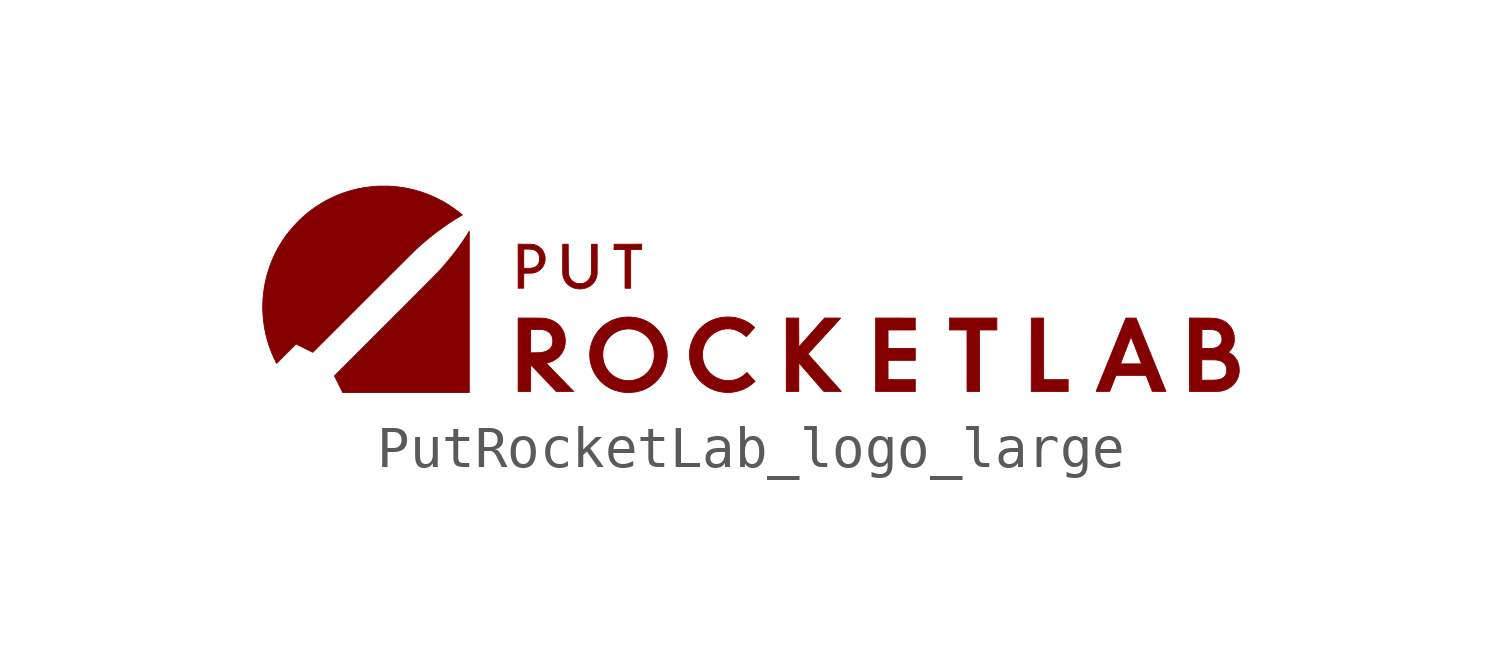
<source format=kicad_sym>
(kicad_symbol_lib
  (version 20211014)
  (generator kicad_symbol_editor)
  (symbol "PutRocketLab_logo_large"
    (pin_names
      (offset 1.016))
    (property "Reference" "G"
      (at 0 1.864 0)
      (effects (font (size 1.27 1.27)) hide))
    (symbol "PutRocketLab_logo_large_0_0"
      (polyline (pts (xy 7.679 -2.188) (xy 7.085 -2.188) (xy 7.085 -0.697) (xy 6.787 -0.698) (xy 6.785 -2.474) (xy 7.679 -2.474) (xy 7.679 -2.188)) (stroke (width 0.01) (type default) (color 0 0 0 0)) (fill (type outline)))
      (polyline (pts (xy 5.533 -0.986) (xy 5.952 -0.986) (xy 5.952 -0.697) (xy 4.809 -0.697) (xy 4.809 -0.986) (xy 5.231 -0.986) (xy 5.231 -2.474) (xy 5.533 -2.474) (xy 5.533 -0.986)) (stroke (width 0.01) (type default) (color 0 0 0 0)) (fill (type outline)))
      (polyline (pts (xy -2.912 0.963) (xy -2.646 0.963) (xy -2.646 1.091) (xy -2.98 1.09) (xy -3.313 1.09) (xy -3.314 1.026) (xy -3.315 0.963) (xy -3.048 0.963) (xy -3.048 0.025) (xy -2.912 0.025) (xy -2.912 0.963)) (stroke (width 0.01) (type default) (color 0 0 0 0)) (fill (type outline)))
      (polyline (pts (xy 3.978 -2.188) (xy 3.318 -2.188) (xy 3.318 -1.721) (xy 3.978 -1.721) (xy 3.978 -1.435) (xy 3.318 -1.435) (xy 3.318 -0.986) (xy 3.978 -0.986) (xy 3.977 -0.698) (xy 3.018 -0.697) (xy 3.018 -2.474) (xy 3.978 -2.474) (xy 3.978 -2.188)) (stroke (width 0.01) (type default) (color 0 0 0 0)) (fill (type outline)))
      (polyline (pts (xy -6.819 1.403) (xy -6.85 1.353) (xy -6.907 1.264) (xy -6.973 1.165) (xy -7.043 1.065) (xy -7.116 0.965) (xy -7.192 0.865) (xy -7.27 0.767) (xy -7.349 0.67) (xy -7.429 0.577) (xy -7.509 0.487) (xy -7.515 0.48) (xy -7.522 0.472) (xy -7.53 0.464) (xy -7.538 0.455) (xy -7.547 0.446) (xy -7.556 0.436) (xy -7.566 0.425) (xy -7.577 0.414) (xy -7.589 0.401) (xy -7.602 0.388) (xy -7.616 0.373) (xy -7.632 0.358) (xy -7.648 0.341) (xy -7.667 0.322) (xy -7.686 0.302) (xy -7.707 0.281) (xy -7.73 0.257) (xy -7.755 0.232) (xy -7.782 0.205) (xy -7.811 0.176) (xy -7.841 0.145) (xy -7.875 0.112) (xy -7.91 0.077) (xy -7.948 0.039) (xy -7.988 -0.002) (xy -8.031 -0.044) (xy -8.076 -0.09) (xy -8.124 -0.138) (xy -8.175 -0.189) (xy -8.229 -0.244) (xy -8.287 -0.301) (xy -8.477 -0.492) (xy -8.548 -0.562) (xy -8.622 -0.636) (xy -8.699 -0.714) (xy -8.78 -0.795) (xy -8.866 -0.88) (xy -10.083 -2.097) (xy -9.881 -2.501) (xy -6.819 -2.501) (xy -6.819 1.403)) (stroke (width 0.01) (type default) (color 0 0 0 0)) (fill (type outline)))
      (polyline (pts (xy -5.569 0.026) (xy -5.501 0.026) (xy -5.5 0.207) (xy -5.5 0.388) (xy -5.392 0.39) (xy -5.366 0.39) (xy -5.342 0.39) (xy -5.321 0.391) (xy -5.304 0.391) (xy -5.289 0.392) (xy -5.277 0.394) (xy -5.266 0.395) (xy -5.256 0.397) (xy -5.245 0.4) (xy -5.234 0.403) (xy -5.221 0.407) (xy -5.186 0.42) (xy -5.149 0.44) (xy -5.115 0.464) (xy -5.084 0.491) (xy -5.056 0.523) (xy -5.032 0.557) (xy -5.013 0.595) (xy -4.998 0.634) (xy -4.987 0.676) (xy -4.986 0.685) (xy -4.984 0.707) (xy -4.983 0.732) (xy -4.983 0.757) (xy -4.985 0.781) (xy -4.987 0.801) (xy -4.997 0.84) (xy -5.012 0.88) (xy -5.031 0.918) (xy -5.055 0.953) (xy -5.082 0.985) (xy -5.113 1.013) (xy -5.147 1.038) (xy -5.185 1.058) (xy -5.224 1.073) (xy -5.225 1.073) (xy -5.235 1.076) (xy -5.244 1.079) (xy -5.253 1.081) (xy -5.262 1.083) (xy -5.272 1.085) (xy -5.282 1.086) (xy -5.294 1.087) (xy -5.308 1.088) (xy -5.325 1.089) (xy -5.345 1.089) (xy -5.368 1.089) (xy -5.396 1.09) (xy -5.427 1.09) (xy -5.464 1.09) (xy -5.636 1.091) (xy -5.636 0.972) (xy -5.5 0.972) (xy -5.408 0.972) (xy -5.376 0.971) (xy -5.349 0.971) (xy -5.326 0.969) (xy -5.306 0.967) (xy -5.288 0.964) (xy -5.272 0.96) (xy -5.256 0.955) (xy -5.241 0.949) (xy -5.225 0.942) (xy -5.218 0.938) (xy -5.202 0.927) (xy -5.186 0.913) (xy -5.171 0.898) (xy -5.157 0.883) (xy -5.148 0.869) (xy -5.137 0.846) (xy -5.127 0.815) (xy -5.12 0.782) (xy -5.118 0.748) (xy -5.118 0.713) (xy -5.123 0.68) (xy -5.131 0.648) (xy -5.138 0.629) (xy -5.147 0.61) (xy -5.159 0.593) (xy -5.173 0.576) (xy -5.182 0.567) (xy -5.205 0.548) (xy -5.23 0.534) (xy -5.26 0.522) (xy -5.293 0.514) (xy -5.296 0.513) (xy -5.308 0.511) (xy -5.319 0.51) (xy -5.332 0.509) (xy -5.346 0.508) (xy -5.362 0.507) (xy -5.382 0.507) (xy -5.406 0.507) (xy -5.434 0.507) (xy -5.5 0.508) (xy -5.5 0.972) (xy -5.636 0.972) (xy -5.636 0.025) (xy -5.569 0.026)) (stroke (width 0.01) (type default) (color 0 0 0 0)) (fill (type outline)))
      (polyline (pts (xy 1.159 -1.78) (xy 1.764 -2.473) (xy 1.976 -2.473) (xy 2.076 -2.473) (xy 2.103 -2.473) (xy 2.127 -2.473) (xy 2.148 -2.473) (xy 2.165 -2.473) (xy 2.177 -2.473) (xy 2.185 -2.473) (xy 2.188 -2.472) (xy 2.188 -2.472) (xy 2.185 -2.469) (xy 2.179 -2.463) (xy 2.17 -2.452) (xy 2.157 -2.438) (xy 2.142 -2.421) (xy 2.123 -2.4) (xy 2.103 -2.377) (xy 2.079 -2.35) (xy 2.053 -2.321) (xy 2.025 -2.29) (xy 1.995 -2.257) (xy 1.963 -2.221) (xy 1.93 -2.184) (xy 1.895 -2.145) (xy 1.858 -2.104) (xy 1.821 -2.062) (xy 1.782 -2.02) (xy 1.778 -2.015) (xy 1.732 -1.964) (xy 1.69 -1.917) (xy 1.651 -1.873) (xy 1.615 -1.834) (xy 1.583 -1.798) (xy 1.554 -1.765) (xy 1.527 -1.735) (xy 1.503 -1.708) (xy 1.482 -1.684) (xy 1.463 -1.663) (xy 1.447 -1.645) (xy 1.433 -1.629) (xy 1.421 -1.615) (xy 1.41 -1.603) (xy 1.402 -1.593) (xy 1.395 -1.585) (xy 1.389 -1.578) (xy 1.385 -1.573) (xy 1.383 -1.569) (xy 1.381 -1.566) (xy 1.38 -1.565) (xy 1.38 -1.564) (xy 1.382 -1.562) (xy 1.387 -1.556) (xy 1.395 -1.547) (xy 1.407 -1.534) (xy 1.422 -1.518) (xy 1.439 -1.499) (xy 1.46 -1.477) (xy 1.483 -1.452) (xy 1.508 -1.424) (xy 1.536 -1.394) (xy 1.565 -1.361) (xy 1.597 -1.327) (xy 1.63 -1.291) (xy 1.665 -1.253) (xy 1.701 -1.214) (xy 1.738 -1.173) (xy 1.776 -1.132) (xy 1.806 -1.099) (xy 1.843 -1.059) (xy 1.88 -1.019) (xy 1.915 -0.981) (xy 1.948 -0.945) (xy 1.98 -0.91) (xy 2.01 -0.877) (xy 2.038 -0.847) (xy 2.064 -0.818) (xy 2.087 -0.793) (xy 2.108 -0.77) (xy 2.126 -0.75) (xy 2.141 -0.733) (xy 2.154 -0.72) (xy 2.163 -0.71) (xy 2.168 -0.703) (xy 2.17 -0.701) (xy 2.17 -0.701) (xy 2.17 -0.7) (xy 2.167 -0.699) (xy 2.163 -0.699) (xy 2.156 -0.698) (xy 2.147 -0.698) (xy 2.135 -0.698) (xy 2.119 -0.697) (xy 2.1 -0.697) (xy 2.076 -0.697) (xy 2.048 -0.697) (xy 2.015 -0.697) (xy 1.783 -0.697) (xy 1.471 -1.047) (xy 1.159 -1.397) (xy 1.158 -1.048) (xy 1.156 -0.698) (xy 0.855 -0.697) (xy 0.855 -2.474) (xy 1.158 -2.474) (xy 1.159 -1.78)) (stroke (width 0.01) (type default) (color 0 0 0 0)) (fill (type outline)))
      (polyline (pts (xy -5.332 -1.824) (xy -5.023 -2.149) (xy -4.714 -2.474) (xy -4.291 -2.474) (xy -4.317 -2.447) (xy -4.319 -2.445) (xy -4.339 -2.425) (xy -4.361 -2.403) (xy -4.385 -2.378) (xy -4.41 -2.352) (xy -4.438 -2.324) (xy -4.466 -2.295) (xy -4.496 -2.264) (xy -4.527 -2.233) (xy -4.558 -2.201) (xy -4.59 -2.168) (xy -4.621 -2.136) (xy -4.653 -2.103) (xy -4.684 -2.071) (xy -4.715 -2.04) (xy -4.745 -2.009) (xy -4.774 -1.979) (xy -4.801 -1.951) (xy -4.827 -1.924) (xy -4.851 -1.899) (xy -4.874 -1.876) (xy -4.894 -1.855) (xy -4.912 -1.837) (xy -4.926 -1.821) (xy -4.939 -1.808) (xy -4.947 -1.799) (xy -4.953 -1.794) (xy -4.955 -1.791) (xy -4.954 -1.791) (xy -4.948 -1.789) (xy -4.939 -1.786) (xy -4.926 -1.783) (xy -4.912 -1.779) (xy -4.865 -1.765) (xy -4.812 -1.745) (xy -4.763 -1.72) (xy -4.718 -1.691) (xy -4.676 -1.659) (xy -4.638 -1.622) (xy -4.604 -1.582) (xy -4.574 -1.538) (xy -4.548 -1.491) (xy -4.54 -1.474) (xy -4.526 -1.441) (xy -4.516 -1.408) (xy -4.507 -1.373) (xy -4.504 -1.357) (xy -4.497 -1.304) (xy -4.495 -1.251) (xy -4.497 -1.198) (xy -4.504 -1.146) (xy -4.516 -1.095) (xy -4.531 -1.046) (xy -4.551 -1.001) (xy -4.572 -0.962) (xy -4.602 -0.919) (xy -4.636 -0.879) (xy -4.674 -0.842) (xy -4.716 -0.81) (xy -4.761 -0.781) (xy -4.81 -0.757) (xy -4.863 -0.736) (xy -4.919 -0.72) (xy -4.978 -0.708) (xy -4.988 -0.706) (xy -5 -0.705) (xy -5.013 -0.703) (xy -5.028 -0.702) (xy -5.044 -0.701) (xy -5.062 -0.7) (xy -5.083 -0.699) (xy -5.106 -0.699) (xy -5.133 -0.698) (xy -5.163 -0.698) (xy -5.197 -0.697) (xy -5.235 -0.697) (xy -5.277 -0.697) (xy -5.324 -0.697) (xy -5.377 -0.697) (xy -5.636 -0.697) (xy -5.636 -1.539) (xy -5.333 -1.539) (xy -5.333 -0.975) (xy -5.179 -0.975) (xy -5.149 -0.975) (xy -5.123 -0.975) (xy -5.102 -0.975) (xy -5.085 -0.976) (xy -5.07 -0.976) (xy -5.058 -0.977) (xy -5.049 -0.978) (xy -5.04 -0.979) (xy -5.028 -0.981) (xy -4.988 -0.99) (xy -4.952 -1.003) (xy -4.92 -1.02) (xy -4.891 -1.04) (xy -4.864 -1.065) (xy -4.851 -1.08) (xy -4.832 -1.109) (xy -4.817 -1.14) (xy -4.806 -1.175) (xy -4.8 -1.213) (xy -4.797 -1.254) (xy -4.799 -1.29) (xy -4.804 -1.325) (xy -4.812 -1.357) (xy -4.825 -1.386) (xy -4.841 -1.412) (xy -4.862 -1.437) (xy -4.879 -1.453) (xy -4.904 -1.472) (xy -4.933 -1.489) (xy -4.965 -1.503) (xy -5.002 -1.515) (xy -5.043 -1.525) (xy -5.089 -1.533) (xy -5.09 -1.533) (xy -5.099 -1.534) (xy -5.112 -1.534) (xy -5.129 -1.535) (xy -5.149 -1.536) (xy -5.172 -1.536) (xy -5.196 -1.537) (xy -5.221 -1.537) (xy -5.333 -1.539) (xy -5.636 -1.539) (xy -5.636 -2.474) (xy -5.333 -2.474) (xy -5.332 -1.824)) (stroke (width 0.01) (type default) (color 0 0 0 0)) (fill (type outline)))
      (polyline (pts (xy -4.112 0.009) (xy -4.088 0.011) (xy -4.058 0.016) (xy -4.011 0.027) (xy -3.966 0.042) (xy -3.925 0.062) (xy -3.887 0.086) (xy -3.852 0.113) (xy -3.821 0.145) (xy -3.793 0.179) (xy -3.77 0.217) (xy -3.751 0.258) (xy -3.737 0.302) (xy -3.727 0.348) (xy -3.727 0.351) (xy -3.726 0.356) (xy -3.726 0.362) (xy -3.725 0.37) (xy -3.725 0.38) (xy -3.724 0.391) (xy -3.724 0.405) (xy -3.724 0.422) (xy -3.724 0.441) (xy -3.724 0.463) (xy -3.723 0.489) (xy -3.723 0.519) (xy -3.723 0.552) (xy -3.723 0.591) (xy -3.723 0.633) (xy -3.723 1.091) (xy -3.79 1.09) (xy -3.858 1.09) (xy -3.859 0.739) (xy -3.859 0.732) (xy -3.859 0.681) (xy -3.86 0.636) (xy -3.86 0.595) (xy -3.86 0.559) (xy -3.86 0.527) (xy -3.86 0.5) (xy -3.861 0.475) (xy -3.861 0.455) (xy -3.861 0.437) (xy -3.861 0.422) (xy -3.862 0.41) (xy -3.862 0.4) (xy -3.862 0.391) (xy -3.863 0.384) (xy -3.864 0.379) (xy -3.864 0.374) (xy -3.865 0.37) (xy -3.866 0.366) (xy -3.866 0.362) (xy -3.872 0.341) (xy -3.886 0.301) (xy -3.904 0.266) (xy -3.925 0.234) (xy -3.95 0.206) (xy -3.978 0.183) (xy -4.009 0.165) (xy -4.043 0.15) (xy -4.081 0.14) (xy -4.091 0.139) (xy -4.113 0.137) (xy -4.137 0.136) (xy -4.162 0.137) (xy -4.185 0.138) (xy -4.205 0.141) (xy -4.222 0.145) (xy -4.258 0.158) (xy -4.29 0.175) (xy -4.32 0.196) (xy -4.346 0.222) (xy -4.369 0.252) (xy -4.378 0.266) (xy -4.389 0.288) (xy -4.399 0.311) (xy -4.408 0.337) (xy -4.416 0.368) (xy -4.417 0.369) (xy -4.417 0.373) (xy -4.418 0.377) (xy -4.418 0.383) (xy -4.419 0.389) (xy -4.419 0.398) (xy -4.42 0.408) (xy -4.42 0.421) (xy -4.42 0.436) (xy -4.421 0.454) (xy -4.421 0.476) (xy -4.421 0.5) (xy -4.421 0.529) (xy -4.422 0.561) (xy -4.422 0.599) (xy -4.422 0.64) (xy -4.422 0.687) (xy -4.423 0.739) (xy -4.424 1.09) (xy -4.557 1.09) (xy -4.558 0.755) (xy -4.558 0.716) (xy -4.558 0.665) (xy -4.558 0.542) (xy -4.558 0.509) (xy -4.558 0.481) (xy -4.558 0.455) (xy -4.557 0.433) (xy -4.557 0.414) (xy -4.556 0.397) (xy -4.555 0.383) (xy -4.555 0.37) (xy -4.554 0.359) (xy -4.553 0.35) (xy -4.551 0.341) (xy -4.55 0.333) (xy -4.549 0.326) (xy -4.545 0.308) (xy -4.531 0.264) (xy -4.511 0.221) (xy -4.488 0.18) (xy -4.48 0.17) (xy -4.467 0.154) (xy -4.451 0.137) (xy -4.434 0.12) (xy -4.417 0.104) (xy -4.401 0.091) (xy -4.386 0.08) (xy -4.345 0.056) (xy -4.301 0.036) (xy -4.255 0.022) (xy -4.206 0.013) (xy -4.192 0.011) (xy -4.166 0.009) (xy -4.139 0.009) (xy -4.112 0.009)) (stroke (width 0.01) (type default) (color 0 0 0 0)) (fill (type outline)))
      (polyline (pts (xy -11.247 -1.559) (xy -11.012 -1.325) (xy -10.81 -1.426) (xy -10.607 -1.527) (xy -9.38 -0.3) (xy -9.316 -0.237) (xy -9.247 -0.168) (xy -9.179 -0.1) (xy -9.046 0.033) (xy -8.982 0.097) (xy -8.919 0.16) (xy -8.857 0.222) (xy -8.797 0.282) (xy -8.738 0.34) (xy -8.682 0.397) (xy -8.627 0.451) (xy -8.575 0.503) (xy -8.524 0.554) (xy -8.476 0.602) (xy -8.43 0.648) (xy -8.386 0.691) (xy -8.346 0.731) (xy -8.308 0.769) (xy -8.272 0.804) (xy -8.24 0.837) (xy -8.211 0.866) (xy -8.184 0.891) (xy -8.162 0.914) (xy -8.142 0.933) (xy -8.126 0.949) (xy -8.114 0.962) (xy -8.105 0.97) (xy -8.1 0.975) (xy -7.987 1.077) (xy -7.853 1.192) (xy -7.717 1.302) (xy -7.581 1.407) (xy -7.444 1.507) (xy -7.305 1.602) (xy -7.165 1.692) (xy -7.023 1.778) (xy -6.987 1.798) (xy -7.005 1.813) (xy -7.019 1.825) (xy -7.039 1.842) (xy -7.062 1.86) (xy -7.088 1.88) (xy -7.114 1.9) (xy -7.141 1.92) (xy -7.208 1.969) (xy -7.313 2.039) (xy -7.421 2.105) (xy -7.532 2.166) (xy -7.645 2.222) (xy -7.76 2.273) (xy -7.878 2.319) (xy -7.997 2.36) (xy -8.117 2.396) (xy -8.24 2.426) (xy -8.364 2.452) (xy -8.489 2.471) (xy -8.615 2.486) (xy -8.62 2.486) (xy -8.648 2.489) (xy -8.674 2.491) (xy -8.697 2.493) (xy -8.72 2.494) (xy -8.743 2.495) (xy -8.766 2.496) (xy -8.792 2.497) (xy -8.82 2.497) (xy -8.852 2.497) (xy -8.888 2.497) (xy -8.891 2.497) (xy -8.928 2.497) (xy -8.96 2.497) (xy -8.989 2.497) (xy -9.014 2.496) (xy -9.038 2.495) (xy -9.062 2.494) (xy -9.085 2.493) (xy -9.109 2.491) (xy -9.135 2.489) (xy -9.164 2.486) (xy -9.236 2.478) (xy -9.362 2.461) (xy -9.487 2.438) (xy -9.61 2.409) (xy -9.732 2.376) (xy -9.852 2.337) (xy -9.97 2.293) (xy -10.087 2.244) (xy -10.201 2.19) (xy -10.313 2.131) (xy -10.422 2.067) (xy -10.529 1.998) (xy -10.633 1.924) (xy -10.641 1.919) (xy -10.74 1.842) (xy -10.835 1.76) (xy -10.927 1.675) (xy -11.015 1.585) (xy -11.1 1.492) (xy -11.181 1.396) (xy -11.257 1.296) (xy -11.329 1.193) (xy -11.396 1.087) (xy -11.459 0.979) (xy -11.465 0.968) (xy -11.523 0.856) (xy -11.575 0.742) (xy -11.623 0.625) (xy -11.665 0.507) (xy -11.703 0.388) (xy -11.735 0.268) (xy -11.762 0.146) (xy -11.784 0.023) (xy -11.8 -0.101) (xy -11.812 -0.225) (xy -11.818 -0.349) (xy -11.819 -0.474) (xy -11.814 -0.598) (xy -11.804 -0.723) (xy -11.789 -0.847) (xy -11.769 -0.971) (xy -11.743 -1.094) (xy -11.712 -1.216) (xy -11.675 -1.337) (xy -11.667 -1.361) (xy -11.637 -1.446) (xy -11.604 -1.532) (xy -11.569 -1.614) (xy -11.533 -1.694) (xy -11.495 -1.77) (xy -11.482 -1.794) (xy -11.247 -1.559)) (stroke (width 0.01) (type default) (color 0 0 0 0)) (fill (type outline)))
      (polyline (pts (xy 8.486 -2.473) (xy 8.52 -2.473) (xy 8.685 -2.472) (xy 8.836 -2.084) (xy 9.565 -2.084) (xy 9.716 -2.472) (xy 9.881 -2.473) (xy 9.902 -2.473) (xy 9.934 -2.473) (xy 9.999 -2.473) (xy 10.013 -2.473) (xy 10.024 -2.473) (xy 10.032 -2.472) (xy 10.038 -2.472) (xy 10.041 -2.471) (xy 10.043 -2.471) (xy 10.044 -2.47) (xy 10.044 -2.469) (xy 10.043 -2.468) (xy 10.041 -2.462) (xy 10.037 -2.452) (xy 10.031 -2.437) (xy 10.023 -2.417) (xy 10.013 -2.394) (xy 10.002 -2.366) (xy 9.989 -2.334) (xy 9.975 -2.298) (xy 9.959 -2.259) (xy 9.941 -2.217) (xy 9.923 -2.171) (xy 9.903 -2.122) (xy 9.882 -2.071) (xy 9.86 -2.017) (xy 9.837 -1.96) (xy 9.813 -1.902) (xy 9.789 -1.841) (xy 9.763 -1.778) (xy 9.737 -1.714) (xy 9.71 -1.648) (xy 9.683 -1.581) (xy 9.323 -0.698) (xy 9.201 -0.698) (xy 9.188 -0.697) (xy 9.161 -0.697) (xy 9.139 -0.697) (xy 9.121 -0.697) (xy 9.107 -0.697) (xy 9.096 -0.698) (xy 9.089 -0.698) (xy 9.083 -0.698) (xy 9.08 -0.699) (xy 9.078 -0.7) (xy 9.076 -0.701) (xy 9.075 -0.703) (xy 9.075 -0.703) (xy 9.074 -0.706) (xy 9.07 -0.715) (xy 9.065 -0.728) (xy 9.058 -0.745) (xy 9.049 -0.767) (xy 9.038 -0.793) (xy 9.026 -0.822) (xy 9.013 -0.855) (xy 8.998 -0.892) (xy 8.982 -0.931) (xy 8.965 -0.973) (xy 8.947 -1.018) (xy 8.927 -1.065) (xy 8.907 -1.115) (xy 8.886 -1.166) (xy 8.865 -1.219) (xy 8.843 -1.273) (xy 8.82 -1.329) (xy 8.797 -1.386) (xy 8.774 -1.443) (xy 8.75 -1.501) (xy 8.726 -1.56) (xy 8.703 -1.618) (xy 8.679 -1.677) (xy 8.655 -1.734) (xy 8.632 -1.792) (xy 8.627 -1.803) (xy 8.946 -1.803) (xy 8.946 -1.802) (xy 8.948 -1.798) (xy 8.954 -1.782) (xy 8.961 -1.763) (xy 8.97 -1.74) (xy 8.98 -1.715) (xy 8.99 -1.687) (xy 9.002 -1.657) (xy 9.014 -1.625) (xy 9.028 -1.591) (xy 9.041 -1.556) (xy 9.055 -1.52) (xy 9.069 -1.484) (xy 9.083 -1.448) (xy 9.097 -1.413) (xy 9.11 -1.378) (xy 9.123 -1.344) (xy 9.136 -1.312) (xy 9.148 -1.282) (xy 9.159 -1.253) (xy 9.169 -1.228) (xy 9.178 -1.205) (xy 9.186 -1.186) (xy 9.192 -1.17) (xy 9.197 -1.158) (xy 9.2 -1.151) (xy 9.201 -1.149) (xy 9.201 -1.149) (xy 9.203 -1.154) (xy 9.207 -1.164) (xy 9.212 -1.177) (xy 9.219 -1.195) (xy 9.227 -1.216) (xy 9.237 -1.24) (xy 9.247 -1.267) (xy 9.259 -1.297) (xy 9.271 -1.328) (xy 9.284 -1.361) (xy 9.297 -1.395) (xy 9.311 -1.43) (xy 9.324 -1.466) (xy 9.338 -1.502) (xy 9.352 -1.537) (xy 9.366 -1.572) (xy 9.379 -1.606) (xy 9.391 -1.638) (xy 9.403 -1.669) (xy 9.414 -1.697) (xy 9.424 -1.723) (xy 9.433 -1.746) (xy 9.441 -1.766) (xy 9.447 -1.782) (xy 9.452 -1.795) (xy 9.455 -1.802) (xy 9.455 -1.803) (xy 9.454 -1.804) (xy 9.453 -1.804) (xy 9.45 -1.805) (xy 9.446 -1.806) (xy 9.44 -1.806) (xy 9.432 -1.806) (xy 9.421 -1.807) (xy 9.407 -1.807) (xy 9.39 -1.807) (xy 9.369 -1.807) (xy 9.345 -1.807) (xy 9.316 -1.807) (xy 9.093 -1.807) (xy 9.063 -1.807) (xy 9.038 -1.807) (xy 9.016 -1.807) (xy 8.998 -1.807) (xy 8.983 -1.807) (xy 8.972 -1.806) (xy 8.963 -1.806) (xy 8.956 -1.806) (xy 8.951 -1.805) (xy 8.948 -1.805) (xy 8.947 -1.804) (xy 8.946 -1.803) (xy 8.627 -1.803) (xy 8.609 -1.849) (xy 8.586 -1.904) (xy 8.564 -1.958) (xy 8.543 -2.011) (xy 8.522 -2.062) (xy 8.502 -2.111) (xy 8.483 -2.158) (xy 8.465 -2.203) (xy 8.448 -2.245) (xy 8.432 -2.284) (xy 8.418 -2.32) (xy 8.404 -2.352) (xy 8.393 -2.381) (xy 8.382 -2.407) (xy 8.374 -2.428) (xy 8.367 -2.445) (xy 8.362 -2.458) (xy 8.358 -2.466) (xy 8.357 -2.469) (xy 8.357 -2.469) (xy 8.357 -2.47) (xy 8.359 -2.471) (xy 8.362 -2.472) (xy 8.367 -2.472) (xy 8.373 -2.473) (xy 8.383 -2.473) (xy 8.396 -2.473) (xy 8.412 -2.473) (xy 8.457 -2.473) (xy 8.486 -2.473)) (stroke (width 0.01) (type default) (color 0 0 0 0)) (fill (type outline)))
      (polyline (pts (xy -2.924 -2.499) (xy -2.885 -2.497) (xy -2.847 -2.493) (xy -2.81 -2.489) (xy -2.776 -2.483) (xy -2.761 -2.48) (xy -2.692 -2.464) (xy -2.625 -2.442) (xy -2.561 -2.416) (xy -2.499 -2.385) (xy -2.44 -2.349) (xy -2.385 -2.31) (xy -2.332 -2.266) (xy -2.283 -2.218) (xy -2.237 -2.167) (xy -2.195 -2.112) (xy -2.157 -2.054) (xy -2.123 -1.992) (xy -2.094 -1.927) (xy -2.07 -1.86) (xy -2.058 -1.819) (xy -2.042 -1.751) (xy -2.032 -1.682) (xy -2.027 -1.613) (xy -2.028 -1.543) (xy -2.034 -1.473) (xy -2.046 -1.403) (xy -2.063 -1.333) (xy -2.078 -1.287) (xy -2.1 -1.231) (xy -2.127 -1.176) (xy -2.156 -1.121) (xy -2.19 -1.069) (xy -2.225 -1.019) (xy -2.226 -1.018) (xy -2.24 -1.001) (xy -2.257 -0.982) (xy -2.277 -0.961) (xy -2.298 -0.939) (xy -2.319 -0.918) (xy -2.34 -0.899) (xy -2.36 -0.882) (xy -2.377 -0.868) (xy -2.427 -0.831) (xy -2.486 -0.794) (xy -2.548 -0.762) (xy -2.611 -0.735) (xy -2.677 -0.713) (xy -2.746 -0.695) (xy -2.817 -0.683) (xy -2.892 -0.675) (xy -2.944 -0.672) (xy -3.013 -0.673) (xy -3.081 -0.679) (xy -3.15 -0.689) (xy -3.216 -0.703) (xy -3.28 -0.722) (xy -3.342 -0.744) (xy -3.385 -0.764) (xy -3.432 -0.789) (xy -3.479 -0.817) (xy -3.524 -0.846) (xy -3.565 -0.877) (xy -3.581 -0.891) (xy -3.601 -0.909) (xy -3.622 -0.929) (xy -3.643 -0.95) (xy -3.663 -0.971) (xy -3.681 -0.991) (xy -3.696 -1.008) (xy -3.697 -1.009) (xy -3.74 -1.068) (xy -3.779 -1.129) (xy -3.812 -1.192) (xy -3.841 -1.257) (xy -3.864 -1.325) (xy -3.882 -1.395) (xy -3.889 -1.428) (xy -3.899 -1.496) (xy -3.903 -1.565) (xy -3.903 -1.601) (xy -3.587 -1.601) (xy -3.586 -1.574) (xy -3.585 -1.546) (xy -3.584 -1.52) (xy -3.582 -1.496) (xy -3.579 -1.476) (xy -3.573 -1.444) (xy -3.558 -1.387) (xy -3.538 -1.333) (xy -3.513 -1.282) (xy -3.484 -1.234) (xy -3.45 -1.188) (xy -3.411 -1.145) (xy -3.395 -1.13) (xy -3.352 -1.093) (xy -3.306 -1.061) (xy -3.257 -1.032) (xy -3.206 -1.008) (xy -3.154 -0.989) (xy -3.101 -0.975) (xy -3.061 -0.968) (xy -3.002 -0.961) (xy -2.943 -0.96) (xy -2.885 -0.965) (xy -2.828 -0.975) (xy -2.771 -0.99) (xy -2.716 -1.011) (xy -2.663 -1.037) (xy -2.611 -1.068) (xy -2.584 -1.087) (xy -2.54 -1.123) (xy -2.499 -1.163) (xy -2.463 -1.207) (xy -2.431 -1.255) (xy -2.403 -1.306) (xy -2.402 -1.308) (xy -2.387 -1.341) (xy -2.374 -1.373) (xy -2.364 -1.405) (xy -2.356 -1.438) (xy -2.348 -1.476) (xy -2.347 -1.483) (xy -2.345 -1.504) (xy -2.343 -1.529) (xy -2.341 -1.556) (xy -2.341 -1.583) (xy -2.341 -1.61) (xy -2.341 -1.634) (xy -2.343 -1.655) (xy -2.35 -1.708) (xy -2.364 -1.764) (xy -2.382 -1.819) (xy -2.405 -1.871) (xy -2.432 -1.921) (xy -2.464 -1.967) (xy -2.501 -2.011) (xy -2.541 -2.05) (xy -2.586 -2.087) (xy -2.634 -2.119) (xy -2.686 -2.148) (xy -2.734 -2.169) (xy -2.785 -2.187) (xy -2.838 -2.2) (xy -2.892 -2.208) (xy -2.895 -2.209) (xy -2.911 -2.21) (xy -2.929 -2.211) (xy -2.949 -2.212) (xy -2.97 -2.212) (xy -2.988 -2.212) (xy -3.005 -2.212) (xy -3.016 -2.211) (xy -3.047 -2.207) (xy -3.094 -2.199) (xy -3.137 -2.188) (xy -3.178 -2.175) (xy -3.217 -2.159) (xy -3.257 -2.14) (xy -3.287 -2.123) (xy -3.336 -2.091) (xy -3.381 -2.055) (xy -3.422 -2.016) (xy -3.459 -1.973) (xy -3.491 -1.926) (xy -3.52 -1.877) (xy -3.543 -1.825) (xy -3.562 -1.771) (xy -3.576 -1.714) (xy -3.584 -1.655) (xy -3.585 -1.649) (xy -3.586 -1.627) (xy -3.587 -1.601) (xy -3.903 -1.601) (xy -3.902 -1.633) (xy -3.896 -1.702) (xy -3.884 -1.769) (xy -3.868 -1.836) (xy -3.846 -1.902) (xy -3.819 -1.966) (xy -3.787 -2.029) (xy -3.75 -2.089) (xy -3.733 -2.115) (xy -3.689 -2.171) (xy -3.643 -2.224) (xy -3.592 -2.272) (xy -3.538 -2.316) (xy -3.482 -2.355) (xy -3.422 -2.39) (xy -3.359 -2.42) (xy -3.294 -2.446) (xy -3.226 -2.466) (xy -3.156 -2.482) (xy -3.083 -2.494) (xy -3.008 -2.5) (xy -2.994 -2.5) (xy -2.961 -2.5) (xy -2.924 -2.499)) (stroke (width 0.01) (type default) (color 0 0 0 0)) (fill (type outline)))
      (polyline (pts (xy -0.529 -2.498) (xy -0.51 -2.497) (xy -0.493 -2.497) (xy -0.48 -2.496) (xy -0.414 -2.487) (xy -0.346 -2.474) (xy -0.279 -2.455) (xy -0.213 -2.432) (xy -0.149 -2.404) (xy -0.088 -2.371) (xy -0.03 -2.335) (xy 0.025 -2.295) (xy 0.076 -2.251) (xy 0.098 -2.231) (xy 0.001 -2.123) (xy -0.006 -2.115) (xy -0.024 -2.095) (xy -0.041 -2.076) (xy -0.056 -2.059) (xy -0.07 -2.045) (xy -0.081 -2.033) (xy -0.089 -2.024) (xy -0.095 -2.018) (xy -0.097 -2.016) (xy -0.098 -2.017) (xy -0.103 -2.021) (xy -0.111 -2.027) (xy -0.12 -2.036) (xy -0.132 -2.046) (xy -0.155 -2.066) (xy -0.182 -2.088) (xy -0.207 -2.107) (xy -0.233 -2.124) (xy -0.261 -2.14) (xy -0.29 -2.155) (xy -0.294 -2.156) (xy -0.341 -2.176) (xy -0.39 -2.192) (xy -0.44 -2.202) (xy -0.492 -2.209) (xy -0.548 -2.211) (xy -0.572 -2.21) (xy -0.614 -2.208) (xy -0.655 -2.202) (xy -0.695 -2.194) (xy -0.736 -2.182) (xy -0.739 -2.181) (xy -0.794 -2.16) (xy -0.846 -2.135) (xy -0.895 -2.105) (xy -0.941 -2.072) (xy -0.984 -2.035) (xy -1.023 -1.994) (xy -1.058 -1.95) (xy -1.089 -1.903) (xy -1.115 -1.854) (xy -1.137 -1.802) (xy -1.153 -1.748) (xy -1.156 -1.738) (xy -1.162 -1.712) (xy -1.166 -1.689) (xy -1.169 -1.666) (xy -1.171 -1.643) (xy -1.173 -1.617) (xy -1.173 -1.587) (xy -1.173 -1.582) (xy -1.172 -1.552) (xy -1.171 -1.525) (xy -1.169 -1.501) (xy -1.165 -1.478) (xy -1.161 -1.454) (xy -1.154 -1.428) (xy -1.14 -1.382) (xy -1.119 -1.328) (xy -1.093 -1.277) (xy -1.063 -1.229) (xy -1.029 -1.184) (xy -0.991 -1.143) (xy -0.95 -1.104) (xy -0.905 -1.07) (xy -0.858 -1.04) (xy -0.808 -1.014) (xy -0.755 -0.993) (xy -0.701 -0.976) (xy -0.644 -0.965) (xy -0.625 -0.962) (xy -0.599 -0.96) (xy -0.572 -0.959) (xy -0.545 -0.958) (xy -0.52 -0.959) (xy -0.498 -0.96) (xy -0.443 -0.969) (xy -0.388 -0.982) (xy -0.335 -1.001) (xy -0.283 -1.024) (xy -0.233 -1.053) (xy -0.184 -1.087) (xy -0.137 -1.127) (xy -0.129 -1.134) (xy -0.12 -1.14) (xy -0.114 -1.145) (xy -0.111 -1.146) (xy -0.11 -1.145) (xy -0.105 -1.14) (xy -0.098 -1.132) (xy -0.087 -1.121) (xy -0.075 -1.108) (xy -0.061 -1.093) (xy -0.045 -1.076) (xy -0.029 -1.058) (xy -0.013 -1.04) (xy 0.004 -1.021) (xy 0.021 -1.003) (xy 0.036 -0.986) (xy 0.051 -0.97) (xy 0.063 -0.956) (xy 0.074 -0.945) (xy 0.082 -0.935) (xy 0.087 -0.929) (xy 0.089 -0.927) (xy 0.087 -0.924) (xy 0.081 -0.918) (xy 0.072 -0.91) (xy 0.062 -0.901) (xy 0.05 -0.89) (xy 0.037 -0.88) (xy 0.025 -0.869) (xy 0.013 -0.86) (xy 0.003 -0.852) (xy -0.045 -0.818) (xy -0.1 -0.786) (xy -0.159 -0.757) (xy -0.221 -0.732) (xy -0.286 -0.71) (xy -0.352 -0.693) (xy -0.421 -0.68) (xy -0.428 -0.679) (xy -0.452 -0.676) (xy -0.48 -0.674) (xy -0.51 -0.673) (xy -0.541 -0.672) (xy -0.573 -0.672) (xy -0.603 -0.673) (xy -0.63 -0.674) (xy -0.654 -0.676) (xy -0.678 -0.678) (xy -0.75 -0.69) (xy -0.82 -0.706) (xy -0.886 -0.727) (xy -0.95 -0.753) (xy -1.012 -0.783) (xy -1.066 -0.815) (xy -1.123 -0.855) (xy -1.177 -0.899) (xy -1.227 -0.946) (xy -1.273 -0.997) (xy -1.315 -1.052) (xy -1.353 -1.109) (xy -1.387 -1.17) (xy -1.416 -1.233) (xy -1.441 -1.298) (xy -1.461 -1.365) (xy -1.476 -1.435) (xy -1.486 -1.506) (xy -1.486 -1.506) (xy -1.487 -1.527) (xy -1.488 -1.552) (xy -1.488 -1.58) (xy -1.487 -1.609) (xy -1.486 -1.638) (xy -1.485 -1.666) (xy -1.482 -1.691) (xy -1.48 -1.712) (xy -1.478 -1.726) (xy -1.463 -1.796) (xy -1.444 -1.864) (xy -1.419 -1.931) (xy -1.39 -1.995) (xy -1.356 -2.056) (xy -1.317 -2.115) (xy -1.273 -2.171) (xy -1.226 -2.224) (xy -1.175 -2.272) (xy -1.12 -2.316) (xy -1.063 -2.356) (xy -1.002 -2.391) (xy -0.939 -2.421) (xy -0.874 -2.446) (xy -0.805 -2.467) (xy -0.772 -2.475) (xy -0.734 -2.482) (xy -0.696 -2.489) (xy -0.661 -2.493) (xy -0.649 -2.494) (xy -0.636 -2.495) (xy -0.626 -2.496) (xy -0.619 -2.497) (xy -0.617 -2.497) (xy -0.605 -2.498) (xy -0.588 -2.498) (xy -0.57 -2.498) (xy -0.549 -2.498) (xy -0.529 -2.498)) (stroke (width 0.01) (type default) (color 0 0 0 0)) (fill (type outline)))
      (polyline (pts (xy 11.148 -2.474) (xy 11.183 -2.473) (xy 11.214 -2.473) (xy 11.241 -2.473) (xy 11.265 -2.473) (xy 11.286 -2.472) (xy 11.304 -2.472) (xy 11.32 -2.471) (xy 11.334 -2.47) (xy 11.347 -2.469) (xy 11.357 -2.468) (xy 11.367 -2.467) (xy 11.376 -2.466) (xy 11.385 -2.464) (xy 11.394 -2.462) (xy 11.402 -2.46) (xy 11.412 -2.458) (xy 11.436 -2.452) (xy 11.488 -2.434) (xy 11.536 -2.413) (xy 11.582 -2.387) (xy 11.624 -2.358) (xy 11.663 -2.324) (xy 11.698 -2.288) (xy 11.73 -2.248) (xy 11.757 -2.206) (xy 11.779 -2.16) (xy 11.797 -2.113) (xy 11.81 -2.063) (xy 11.811 -2.058) (xy 11.819 -2.007) (xy 11.821 -1.957) (xy 11.819 -1.908) (xy 11.812 -1.86) (xy 11.802 -1.813) (xy 11.786 -1.769) (xy 11.767 -1.726) (xy 11.744 -1.687) (xy 11.717 -1.65) (xy 11.687 -1.616) (xy 11.653 -1.587) (xy 11.616 -1.561) (xy 11.576 -1.539) (xy 11.553 -1.528) (xy 11.58 -1.502) (xy 11.591 -1.492) (xy 11.62 -1.459) (xy 11.645 -1.423) (xy 11.665 -1.385) (xy 11.682 -1.344) (xy 11.694 -1.299) (xy 11.695 -1.295) (xy 11.697 -1.286) (xy 11.698 -1.277) (xy 11.699 -1.267) (xy 11.7 -1.256) (xy 11.7 -1.242) (xy 11.7 -1.225) (xy 11.7 -1.19) (xy 11.7 -1.171) (xy 11.7 -1.156) (xy 11.699 -1.144) (xy 11.698 -1.133) (xy 11.697 -1.124) (xy 11.695 -1.113) (xy 11.693 -1.102) (xy 11.68 -1.053) (xy 11.663 -1.006) (xy 11.642 -0.962) (xy 11.617 -0.92) (xy 11.586 -0.882) (xy 11.551 -0.845) (xy 11.522 -0.819) (xy 11.481 -0.79) (xy 11.436 -0.764) (xy 11.389 -0.743) (xy 11.338 -0.726) (xy 11.283 -0.713) (xy 11.277 -0.712) (xy 11.265 -0.71) (xy 11.254 -0.708) (xy 11.244 -0.707) (xy 11.233 -0.705) (xy 11.221 -0.704) (xy 11.209 -0.703) (xy 11.195 -0.702) (xy 11.179 -0.701) (xy 11.161 -0.701) (xy 11.141 -0.7) (xy 11.118 -0.699) (xy 11.091 -0.699) (xy 11.061 -0.699) (xy 11.027 -0.698) (xy 10.988 -0.698) (xy 10.945 -0.698) (xy 10.896 -0.698) (xy 10.614 -0.696) (xy 10.614 -0.974) (xy 10.916 -0.974) (xy 11.046 -0.975) (xy 11.053 -0.975) (xy 11.084 -0.976) (xy 11.11 -0.976) (xy 11.132 -0.976) (xy 11.149 -0.977) (xy 11.164 -0.978) (xy 11.175 -0.978) (xy 11.185 -0.979) (xy 11.193 -0.98) (xy 11.199 -0.981) (xy 11.235 -0.99) (xy 11.268 -1.001) (xy 11.298 -1.015) (xy 11.323 -1.032) (xy 11.345 -1.052) (xy 11.363 -1.076) (xy 11.378 -1.103) (xy 11.38 -1.106) (xy 11.388 -1.124) (xy 11.393 -1.141) (xy 11.397 -1.159) (xy 11.4 -1.179) (xy 11.401 -1.202) (xy 11.402 -1.218) (xy 11.402 -1.231) (xy 11.401 -1.242) (xy 11.399 -1.253) (xy 11.397 -1.264) (xy 11.397 -1.265) (xy 11.388 -1.292) (xy 11.377 -1.315) (xy 11.362 -1.337) (xy 11.342 -1.359) (xy 11.341 -1.36) (xy 11.33 -1.371) (xy 11.32 -1.38) (xy 11.311 -1.387) (xy 11.3 -1.393) (xy 11.285 -1.4) (xy 11.278 -1.404) (xy 11.251 -1.415) (xy 11.223 -1.423) (xy 11.194 -1.429) (xy 11.161 -1.433) (xy 11.152 -1.433) (xy 11.136 -1.434) (xy 11.117 -1.434) (xy 11.095 -1.435) (xy 11.07 -1.435) (xy 11.045 -1.435) (xy 11.02 -1.435) (xy 10.916 -1.435) (xy 10.916 -0.974) (xy 10.614 -0.974) (xy 10.614 -2.202) (xy 10.914 -2.202) (xy 10.914 -1.707) (xy 11.084 -1.708) (xy 11.114 -1.708) (xy 11.147 -1.709) (xy 11.174 -1.709) (xy 11.198 -1.709) (xy 11.217 -1.71) (xy 11.233 -1.71) (xy 11.247 -1.711) (xy 11.258 -1.711) (xy 11.267 -1.712) (xy 11.275 -1.713) (xy 11.281 -1.714) (xy 11.294 -1.716) (xy 11.329 -1.724) (xy 11.359 -1.733) (xy 11.386 -1.744) (xy 11.41 -1.757) (xy 11.432 -1.773) (xy 11.454 -1.792) (xy 11.466 -1.804) (xy 11.476 -1.816) (xy 11.483 -1.827) (xy 11.49 -1.839) (xy 11.504 -1.869) (xy 11.513 -1.903) (xy 11.518 -1.937) (xy 11.518 -1.974) (xy 11.514 -2.008) (xy 11.506 -2.042) (xy 11.493 -2.073) (xy 11.477 -2.1) (xy 11.456 -2.124) (xy 11.431 -2.144) (xy 11.401 -2.161) (xy 11.39 -2.166) (xy 11.364 -2.177) (xy 11.336 -2.185) (xy 11.305 -2.191) (xy 11.27 -2.196) (xy 11.231 -2.199) (xy 11.222 -2.199) (xy 11.205 -2.2) (xy 11.185 -2.2) (xy 11.161 -2.201) (xy 11.135 -2.201) (xy 11.107 -2.201) (xy 11.049 -2.201) (xy 10.914 -2.202) (xy 10.614 -2.202) (xy 10.614 -2.474) (xy 11.109 -2.474) (xy 11.148 -2.474)) (stroke (width 0.01) (type default) (color 0 0 0 0)) (fill (type outline))))))
</source>
